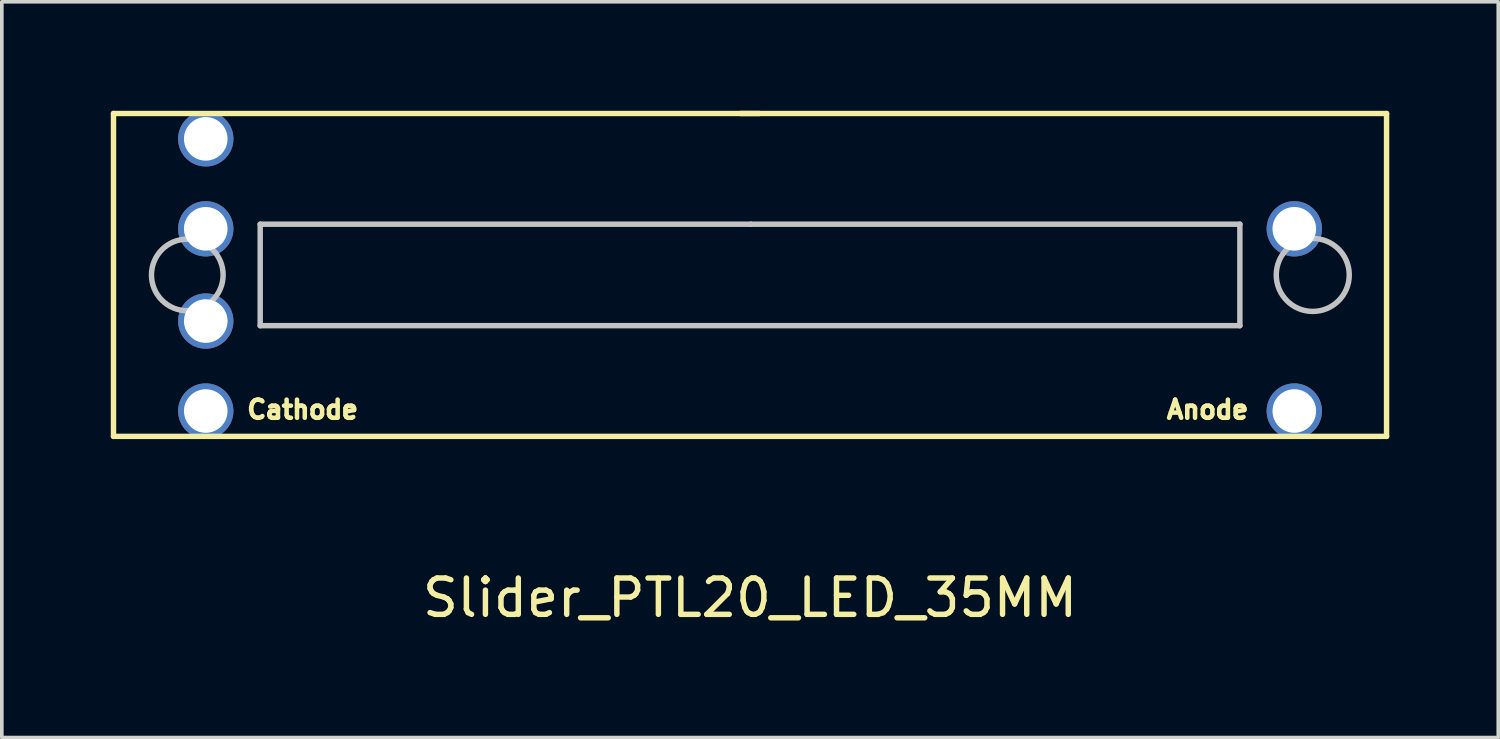
<source format=kicad_pcb>
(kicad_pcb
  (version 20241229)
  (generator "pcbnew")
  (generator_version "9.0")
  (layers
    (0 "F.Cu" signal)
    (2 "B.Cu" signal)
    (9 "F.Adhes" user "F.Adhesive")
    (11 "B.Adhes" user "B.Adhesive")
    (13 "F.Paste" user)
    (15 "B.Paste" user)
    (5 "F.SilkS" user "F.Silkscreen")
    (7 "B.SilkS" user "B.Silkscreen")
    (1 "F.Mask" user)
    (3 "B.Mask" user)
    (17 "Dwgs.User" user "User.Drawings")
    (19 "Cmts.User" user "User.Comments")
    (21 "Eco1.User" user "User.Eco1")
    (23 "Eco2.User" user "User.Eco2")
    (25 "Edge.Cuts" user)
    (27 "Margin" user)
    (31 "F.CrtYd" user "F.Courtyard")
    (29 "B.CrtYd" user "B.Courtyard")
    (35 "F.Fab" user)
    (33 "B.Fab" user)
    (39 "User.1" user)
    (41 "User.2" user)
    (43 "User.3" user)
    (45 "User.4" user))
  (footprint "Slider_PTL20_LED_35MM"
    (layer "F.Cu")
    (at 17.601 4.52)
    (property "Reference" "Slider_PTL20_LED_35MM" (at 0 8.89 0) (layer "F.SilkS") (effects (font (size 1 1) (thickness 0.15))))
    (attr through_hole)
    (fp_line (start -17.526 -4.445) (end -17.526 4.445) (stroke (width 0.15) (type solid)) (layer "F.SilkS"))
    (fp_line (start -17.526 4.445) (end 17.526 4.445) (stroke (width 0.15) (type solid)) (layer "F.SilkS"))
    (fp_line (start 0.254 -4.445) (end -17.526 -4.445) (stroke (width 0.15) (type solid)) (layer "F.SilkS"))
    (fp_line (start 17.526 -4.445) (end -0.254 -4.445) (stroke (width 0.15) (type solid)) (layer "F.SilkS"))
    (fp_line (start 17.526 4.445) (end 17.526 -4.445) (stroke (width 0.15) (type solid)) (layer "F.SilkS"))
    (fp_line (start -13.487 -1.397) (end 0.025 -1.397) (stroke (width 0.15) (type solid)) (layer "Dwgs.User"))
    (fp_line (start -13.487 1.397) (end -13.487 -1.397) (stroke (width 0.15) (type solid)) (layer "Dwgs.User"))
    (fp_line (start 0.025 -1.397) (end 13.487 -1.397) (stroke (width 0.15) (type solid)) (layer "Dwgs.User"))
    (fp_line (start 13.487 -1.397) (end 13.487 1.397) (stroke (width 0.15) (type solid)) (layer "Dwgs.User"))
    (fp_line (start 13.487 1.397) (end -13.487 1.397) (stroke (width 0.15) (type solid)) (layer "Dwgs.User"))
    (fp_circle (center -15.494 0) (end -15.24 0.953) (stroke (width 0.15) (type solid)) (fill no) (layer "Dwgs.User"))
    (fp_circle (center 15.494 0) (end 15.812 0.953) (stroke (width 0.15) (type solid)) (fill no) (layer "Dwgs.User"))
    (fp_text user "Cathode" (at -12.319 3.708 0) (layer "F.SilkS") (effects (font (size 0.5 0.5) (thickness 0.125))))
    (fp_text user "Anode" (at 12.598 3.708 0) (layer "F.SilkS") (effects (font (size 0.5 0.5) (thickness 0.125))))
    (pad "" np_thru_hole circle (at -14.986 1.27) (size 1.524 1.524) (drill 1.2) (layers "*.Cu" "*.Mask"))
    (pad "1" thru_hole circle (at -14.986 -1.27) (size 1.524 1.524) (drill 1.2) (layers "*.Cu" "*.Mask"))
    (pad "2" thru_hole circle (at -14.986 -3.747) (size 1.524 1.524) (drill 1.2) (layers "*.Cu" "*.Mask"))
    (pad "3" thru_hole circle (at 14.986 -1.27) (size 1.524 1.524) (drill 1.2) (layers "*.Cu" "*.Mask"))
    (pad "4" thru_hole circle (at 14.986 3.747) (size 1.524 1.524) (drill 1.2) (layers "*.Cu" "*.Mask"))
    (pad "5" thru_hole circle (at -14.986 3.747) (size 1.524 1.524) (drill 1.2) (layers "*.Cu" "*.Mask")))
  (gr_rect
    (start -3 -3)
    (end 38.202 17.258)
    (stroke (width 0.1) (type default))
    (fill no)
    (layer "Edge.Cuts")))
</source>
